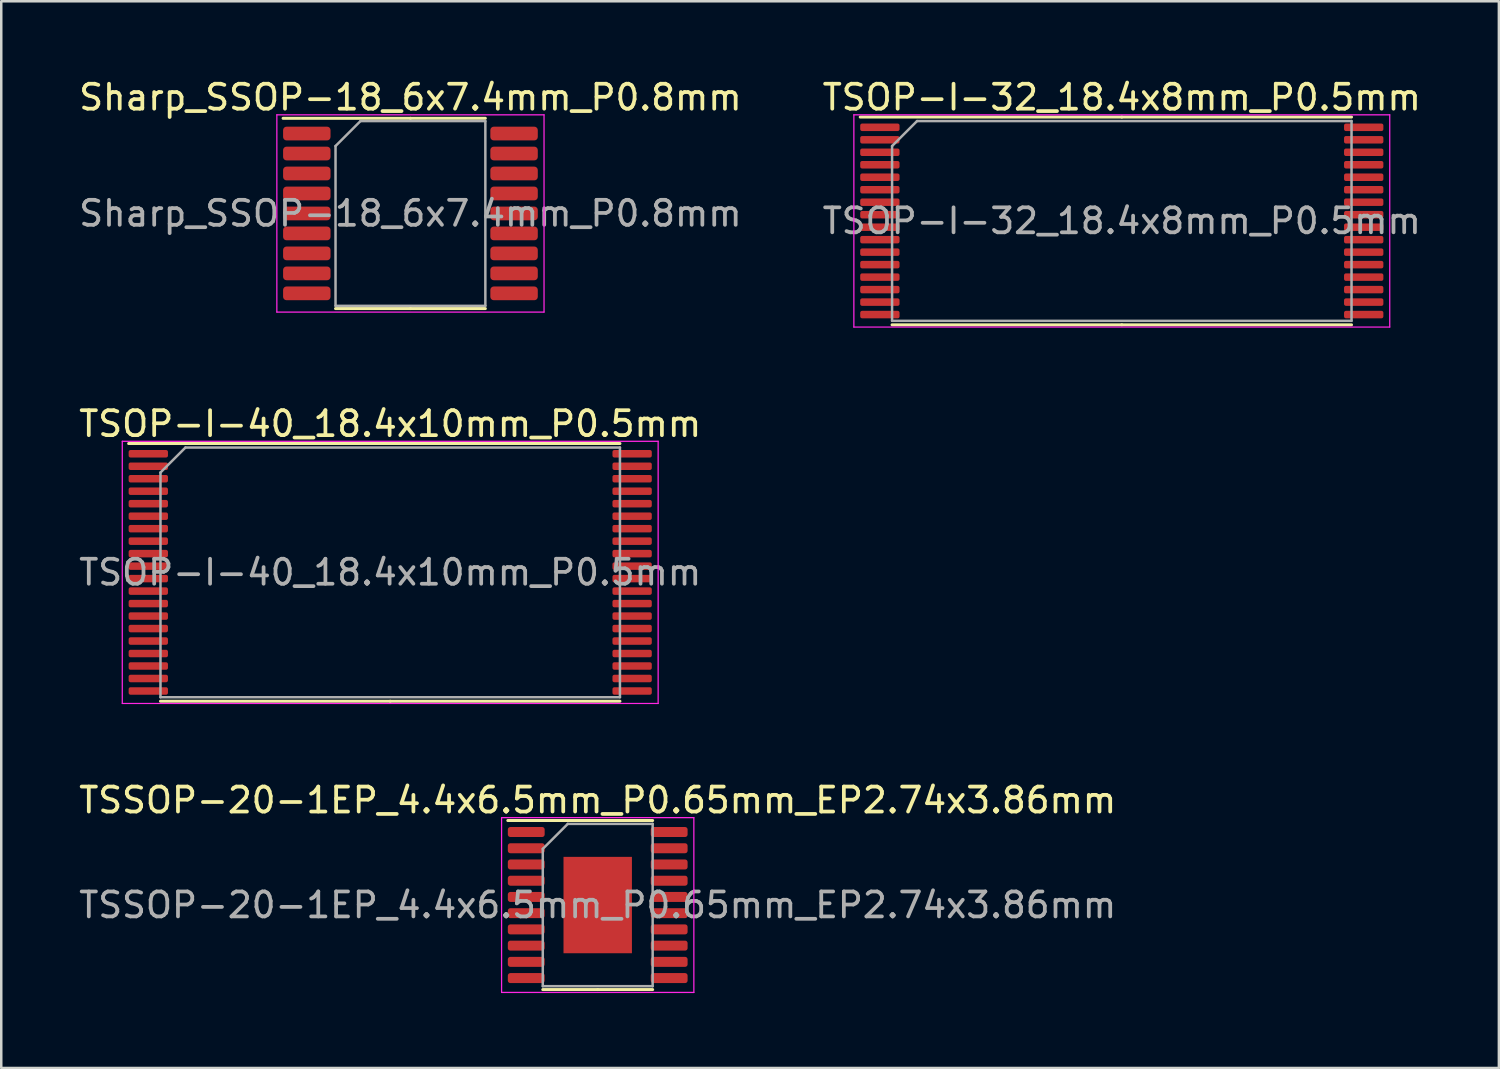
<source format=kicad_pcb>
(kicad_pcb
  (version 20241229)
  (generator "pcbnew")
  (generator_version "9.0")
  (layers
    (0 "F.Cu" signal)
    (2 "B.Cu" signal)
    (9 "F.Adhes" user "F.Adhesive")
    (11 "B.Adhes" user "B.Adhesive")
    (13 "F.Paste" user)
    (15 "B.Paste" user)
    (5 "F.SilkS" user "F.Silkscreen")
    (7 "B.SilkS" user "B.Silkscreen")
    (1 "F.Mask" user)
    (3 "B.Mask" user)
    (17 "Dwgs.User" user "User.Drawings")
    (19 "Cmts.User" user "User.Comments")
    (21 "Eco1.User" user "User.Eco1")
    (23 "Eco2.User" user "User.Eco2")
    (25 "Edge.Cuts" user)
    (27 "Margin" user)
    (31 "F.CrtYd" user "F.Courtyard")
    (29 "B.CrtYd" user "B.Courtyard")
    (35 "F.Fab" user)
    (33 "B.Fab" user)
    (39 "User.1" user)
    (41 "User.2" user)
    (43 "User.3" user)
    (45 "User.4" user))
  (footprint "Sharp_SSOP-18_6x7.4mm_P0.8mm"
    (layer "F.Cu")
    (at 13.387 5.498)
    (property "Reference" "Sharp_SSOP-18_6x7.4mm_P0.8mm" (at 0 -4.65 0) (layer "F.SilkS") (effects (font (size 1 1) (thickness 0.15))))
    (attr smd)
    (fp_line (start 0 -3.81) (end -5.1 -3.81) (stroke (width 0.12) (type solid)) (layer "F.SilkS"))
    (fp_line (start 0 -3.81) (end 3 -3.81) (stroke (width 0.12) (type solid)) (layer "F.SilkS"))
    (fp_line (start 0 3.81) (end -3 3.81) (stroke (width 0.12) (type solid)) (layer "F.SilkS"))
    (fp_line (start 0 3.81) (end 3 3.81) (stroke (width 0.12) (type solid)) (layer "F.SilkS"))
    (fp_line (start -5.35 -3.95) (end -5.35 3.95) (stroke (width 0.05) (type solid)) (layer "F.CrtYd"))
    (fp_line (start -5.35 3.95) (end 5.35 3.95) (stroke (width 0.05) (type solid)) (layer "F.CrtYd"))
    (fp_line (start 5.35 -3.95) (end -5.35 -3.95) (stroke (width 0.05) (type solid)) (layer "F.CrtYd"))
    (fp_line (start 5.35 3.95) (end 5.35 -3.95) (stroke (width 0.05) (type solid)) (layer "F.CrtYd"))
    (fp_line (start -3 -2.7) (end -2 -3.7) (stroke (width 0.1) (type solid)) (layer "F.Fab"))
    (fp_line (start -3 3.7) (end -3 -2.7) (stroke (width 0.1) (type solid)) (layer "F.Fab"))
    (fp_line (start -2 -3.7) (end 3 -3.7) (stroke (width 0.1) (type solid)) (layer "F.Fab"))
    (fp_line (start 3 -3.7) (end 3 3.7) (stroke (width 0.1) (type solid)) (layer "F.Fab"))
    (fp_line (start 3 3.7) (end -3 3.7) (stroke (width 0.1) (type solid)) (layer "F.Fab"))
    (fp_text user "${REFERENCE}" (at 0 0 0) (layer "F.Fab") (effects (font (size 1 1) (thickness 0.15))))
    (pad "1" smd roundrect (at -4.15 -3.2) (size 1.9 0.55) (layers "F.Cu" "F.Mask" "F.Paste") (roundrect_rratio 0.25))
    (pad "2" smd roundrect (at -4.15 -2.4) (size 1.9 0.55) (layers "F.Cu" "F.Mask" "F.Paste") (roundrect_rratio 0.25))
    (pad "3" smd roundrect (at -4.15 -1.6) (size 1.9 0.55) (layers "F.Cu" "F.Mask" "F.Paste") (roundrect_rratio 0.25))
    (pad "4" smd roundrect (at -4.15 -0.8) (size 1.9 0.55) (layers "F.Cu" "F.Mask" "F.Paste") (roundrect_rratio 0.25))
    (pad "5" smd roundrect (at -4.15 0) (size 1.9 0.55) (layers "F.Cu" "F.Mask" "F.Paste") (roundrect_rratio 0.25))
    (pad "6" smd roundrect (at -4.15 0.8) (size 1.9 0.55) (layers "F.Cu" "F.Mask" "F.Paste") (roundrect_rratio 0.25))
    (pad "7" smd roundrect (at -4.15 1.6) (size 1.9 0.55) (layers "F.Cu" "F.Mask" "F.Paste") (roundrect_rratio 0.25))
    (pad "8" smd roundrect (at -4.15 2.4) (size 1.9 0.55) (layers "F.Cu" "F.Mask" "F.Paste") (roundrect_rratio 0.25))
    (pad "9" smd roundrect (at -4.15 3.2) (size 1.9 0.55) (layers "F.Cu" "F.Mask" "F.Paste") (roundrect_rratio 0.25))
    (pad "10" smd roundrect (at 4.15 3.2) (size 1.9 0.55) (layers "F.Cu" "F.Mask" "F.Paste") (roundrect_rratio 0.25))
    (pad "11" smd roundrect (at 4.15 2.4) (size 1.9 0.55) (layers "F.Cu" "F.Mask" "F.Paste") (roundrect_rratio 0.25))
    (pad "12" smd roundrect (at 4.15 1.6) (size 1.9 0.55) (layers "F.Cu" "F.Mask" "F.Paste") (roundrect_rratio 0.25))
    (pad "13" smd roundrect (at 4.15 0.8) (size 1.9 0.55) (layers "F.Cu" "F.Mask" "F.Paste") (roundrect_rratio 0.25))
    (pad "14" smd roundrect (at 4.15 0) (size 1.9 0.55) (layers "F.Cu" "F.Mask" "F.Paste") (roundrect_rratio 0.25))
    (pad "15" smd roundrect (at 4.15 -0.8) (size 1.9 0.55) (layers "F.Cu" "F.Mask" "F.Paste") (roundrect_rratio 0.25))
    (pad "16" smd roundrect (at 4.15 -1.6) (size 1.9 0.55) (layers "F.Cu" "F.Mask" "F.Paste") (roundrect_rratio 0.25))
    (pad "17" smd roundrect (at 4.15 -2.4) (size 1.9 0.55) (layers "F.Cu" "F.Mask" "F.Paste") (roundrect_rratio 0.25))
    (pad "18" smd roundrect (at 4.15 -3.2) (size 1.9 0.55) (layers "F.Cu" "F.Mask" "F.Paste") (roundrect_rratio 0.25)))
  (footprint "TSSOP-20-1EP_4.4x6.5mm_P0.65mm_EP2.74x3.86mm"
    (layer "F.Cu")
    (at 20.887 33.195)
    (property "Reference" "TSSOP-20-1EP_4.4x6.5mm_P0.65mm_EP2.74x3.86mm" (at 0 -4.2 0) (layer "F.SilkS") (effects (font (size 1 1) (thickness 0.15))))
    (attr smd)
    (fp_line (start 0 -3.385) (end -3.6 -3.385) (stroke (width 0.12) (type solid)) (layer "F.SilkS"))
    (fp_line (start 0 -3.385) (end 2.2 -3.385) (stroke (width 0.12) (type solid)) (layer "F.SilkS"))
    (fp_line (start 0 3.385) (end -2.2 3.385) (stroke (width 0.12) (type solid)) (layer "F.SilkS"))
    (fp_line (start 0 3.385) (end 2.2 3.385) (stroke (width 0.12) (type solid)) (layer "F.SilkS"))
    (fp_line (start -3.85 -3.5) (end -3.85 3.5) (stroke (width 0.05) (type solid)) (layer "F.CrtYd"))
    (fp_line (start -3.85 3.5) (end 3.85 3.5) (stroke (width 0.05) (type solid)) (layer "F.CrtYd"))
    (fp_line (start 3.85 -3.5) (end -3.85 -3.5) (stroke (width 0.05) (type solid)) (layer "F.CrtYd"))
    (fp_line (start 3.85 3.5) (end 3.85 -3.5) (stroke (width 0.05) (type solid)) (layer "F.CrtYd"))
    (fp_line (start -2.2 -2.25) (end -1.2 -3.25) (stroke (width 0.1) (type solid)) (layer "F.Fab"))
    (fp_line (start -2.2 3.25) (end -2.2 -2.25) (stroke (width 0.1) (type solid)) (layer "F.Fab"))
    (fp_line (start -1.2 -3.25) (end 2.2 -3.25) (stroke (width 0.1) (type solid)) (layer "F.Fab"))
    (fp_line (start 2.2 -3.25) (end 2.2 3.25) (stroke (width 0.1) (type solid)) (layer "F.Fab"))
    (fp_line (start 2.2 3.25) (end -2.2 3.25) (stroke (width 0.1) (type solid)) (layer "F.Fab"))
    (fp_text user "${REFERENCE}" (at 0 0 0) (layer "F.Fab") (effects (font (size 1 1) (thickness 0.15))))
    (pad "" smd roundrect (at 0 -0.965) (size 2.21 1.56) (layers "F.Paste") (roundrect_rratio 0.16))
    (pad "" smd roundrect (at 0 0.965) (size 2.21 1.56) (layers "F.Paste") (roundrect_rratio 0.16))
    (pad "1" smd roundrect (at -2.862 -2.925) (size 1.475 0.4) (layers "F.Cu" "F.Mask" "F.Paste") (roundrect_rratio 0.25))
    (pad "2" smd roundrect (at -2.862 -2.275) (size 1.475 0.4) (layers "F.Cu" "F.Mask" "F.Paste") (roundrect_rratio 0.25))
    (pad "3" smd roundrect (at -2.862 -1.625) (size 1.475 0.4) (layers "F.Cu" "F.Mask" "F.Paste") (roundrect_rratio 0.25))
    (pad "4" smd roundrect (at -2.862 -0.975) (size 1.475 0.4) (layers "F.Cu" "F.Mask" "F.Paste") (roundrect_rratio 0.25))
    (pad "5" smd roundrect (at -2.862 -0.325) (size 1.475 0.4) (layers "F.Cu" "F.Mask" "F.Paste") (roundrect_rratio 0.25))
    (pad "6" smd roundrect (at -2.862 0.325) (size 1.475 0.4) (layers "F.Cu" "F.Mask" "F.Paste") (roundrect_rratio 0.25))
    (pad "7" smd roundrect (at -2.862 0.975) (size 1.475 0.4) (layers "F.Cu" "F.Mask" "F.Paste") (roundrect_rratio 0.25))
    (pad "8" smd roundrect (at -2.862 1.625) (size 1.475 0.4) (layers "F.Cu" "F.Mask" "F.Paste") (roundrect_rratio 0.25))
    (pad "9" smd roundrect (at -2.862 2.275) (size 1.475 0.4) (layers "F.Cu" "F.Mask" "F.Paste") (roundrect_rratio 0.25))
    (pad "10" smd roundrect (at -2.862 2.925) (size 1.475 0.4) (layers "F.Cu" "F.Mask" "F.Paste") (roundrect_rratio 0.25))
    (pad "11" smd roundrect (at 2.862 2.925) (size 1.475 0.4) (layers "F.Cu" "F.Mask" "F.Paste") (roundrect_rratio 0.25))
    (pad "12" smd roundrect (at 2.862 2.275) (size 1.475 0.4) (layers "F.Cu" "F.Mask" "F.Paste") (roundrect_rratio 0.25))
    (pad "13" smd roundrect (at 2.862 1.625) (size 1.475 0.4) (layers "F.Cu" "F.Mask" "F.Paste") (roundrect_rratio 0.25))
    (pad "14" smd roundrect (at 2.862 0.975) (size 1.475 0.4) (layers "F.Cu" "F.Mask" "F.Paste") (roundrect_rratio 0.25))
    (pad "15" smd roundrect (at 2.862 0.325) (size 1.475 0.4) (layers "F.Cu" "F.Mask" "F.Paste") (roundrect_rratio 0.25))
    (pad "16" smd roundrect (at 2.862 -0.325) (size 1.475 0.4) (layers "F.Cu" "F.Mask" "F.Paste") (roundrect_rratio 0.25))
    (pad "17" smd roundrect (at 2.862 -0.975) (size 1.475 0.4) (layers "F.Cu" "F.Mask" "F.Paste") (roundrect_rratio 0.25))
    (pad "18" smd roundrect (at 2.862 -1.625) (size 1.475 0.4) (layers "F.Cu" "F.Mask" "F.Paste") (roundrect_rratio 0.25))
    (pad "19" smd roundrect (at 2.862 -2.275) (size 1.475 0.4) (layers "F.Cu" "F.Mask" "F.Paste") (roundrect_rratio 0.25))
    (pad "20" smd roundrect (at 2.862 -2.925) (size 1.475 0.4) (layers "F.Cu" "F.Mask" "F.Paste") (roundrect_rratio 0.25))
    (pad "21" smd rect (at 0 0) (size 2.74 3.86) (layers "F.Cu" "F.Mask")))
  (footprint "TSOP-I-32_18.4x8mm_P0.5mm"
    (layer "F.Cu")
    (at 41.875 5.798)
    (property "Reference" "TSOP-I-32_18.4x8mm_P0.5mm" (at 0 -4.95 0) (layer "F.SilkS") (effects (font (size 1 1) (thickness 0.15))))
    (attr smd)
    (fp_line (start 0 -4.16) (end -10.475 -4.16) (stroke (width 0.12) (type solid)) (layer "F.SilkS"))
    (fp_line (start 0 -4.16) (end 9.2 -4.16) (stroke (width 0.12) (type solid)) (layer "F.SilkS"))
    (fp_line (start 0 4.16) (end -9.2 4.16) (stroke (width 0.12) (type solid)) (layer "F.SilkS"))
    (fp_line (start 0 4.16) (end 9.2 4.16) (stroke (width 0.12) (type solid)) (layer "F.SilkS"))
    (fp_line (start -10.73 -4.25) (end -10.73 4.25) (stroke (width 0.05) (type solid)) (layer "F.CrtYd"))
    (fp_line (start -10.73 4.25) (end 10.73 4.25) (stroke (width 0.05) (type solid)) (layer "F.CrtYd"))
    (fp_line (start 10.73 -4.25) (end -10.73 -4.25) (stroke (width 0.05) (type solid)) (layer "F.CrtYd"))
    (fp_line (start 10.73 4.25) (end 10.73 -4.25) (stroke (width 0.05) (type solid)) (layer "F.CrtYd"))
    (fp_line (start -9.2 -3) (end -8.2 -4) (stroke (width 0.1) (type solid)) (layer "F.Fab"))
    (fp_line (start -9.2 4) (end -9.2 -3) (stroke (width 0.1) (type solid)) (layer "F.Fab"))
    (fp_line (start -8.2 -4) (end 9.2 -4) (stroke (width 0.1) (type solid)) (layer "F.Fab"))
    (fp_line (start 9.2 -4) (end 9.2 4) (stroke (width 0.1) (type solid)) (layer "F.Fab"))
    (fp_line (start 9.2 4) (end -9.2 4) (stroke (width 0.1) (type solid)) (layer "F.Fab"))
    (fp_text user "${REFERENCE}" (at 0 0 0) (layer "F.Fab") (effects (font (size 1 1) (thickness 0.15))))
    (pad "1" smd roundrect (at -9.688 -3.75) (size 1.575 0.3) (layers "F.Cu" "F.Mask" "F.Paste") (roundrect_rratio 0.25))
    (pad "2" smd roundrect (at -9.688 -3.25) (size 1.575 0.3) (layers "F.Cu" "F.Mask" "F.Paste") (roundrect_rratio 0.25))
    (pad "3" smd roundrect (at -9.688 -2.75) (size 1.575 0.3) (layers "F.Cu" "F.Mask" "F.Paste") (roundrect_rratio 0.25))
    (pad "4" smd roundrect (at -9.688 -2.25) (size 1.575 0.3) (layers "F.Cu" "F.Mask" "F.Paste") (roundrect_rratio 0.25))
    (pad "5" smd roundrect (at -9.688 -1.75) (size 1.575 0.3) (layers "F.Cu" "F.Mask" "F.Paste") (roundrect_rratio 0.25))
    (pad "6" smd roundrect (at -9.688 -1.25) (size 1.575 0.3) (layers "F.Cu" "F.Mask" "F.Paste") (roundrect_rratio 0.25))
    (pad "7" smd roundrect (at -9.688 -0.75) (size 1.575 0.3) (layers "F.Cu" "F.Mask" "F.Paste") (roundrect_rratio 0.25))
    (pad "8" smd roundrect (at -9.688 -0.25) (size 1.575 0.3) (layers "F.Cu" "F.Mask" "F.Paste") (roundrect_rratio 0.25))
    (pad "9" smd roundrect (at -9.688 0.25) (size 1.575 0.3) (layers "F.Cu" "F.Mask" "F.Paste") (roundrect_rratio 0.25))
    (pad "10" smd roundrect (at -9.688 0.75) (size 1.575 0.3) (layers "F.Cu" "F.Mask" "F.Paste") (roundrect_rratio 0.25))
    (pad "11" smd roundrect (at -9.688 1.25) (size 1.575 0.3) (layers "F.Cu" "F.Mask" "F.Paste") (roundrect_rratio 0.25))
    (pad "12" smd roundrect (at -9.688 1.75) (size 1.575 0.3) (layers "F.Cu" "F.Mask" "F.Paste") (roundrect_rratio 0.25))
    (pad "13" smd roundrect (at -9.688 2.25) (size 1.575 0.3) (layers "F.Cu" "F.Mask" "F.Paste") (roundrect_rratio 0.25))
    (pad "14" smd roundrect (at -9.688 2.75) (size 1.575 0.3) (layers "F.Cu" "F.Mask" "F.Paste") (roundrect_rratio 0.25))
    (pad "15" smd roundrect (at -9.688 3.25) (size 1.575 0.3) (layers "F.Cu" "F.Mask" "F.Paste") (roundrect_rratio 0.25))
    (pad "16" smd roundrect (at -9.688 3.75) (size 1.575 0.3) (layers "F.Cu" "F.Mask" "F.Paste") (roundrect_rratio 0.25))
    (pad "17" smd roundrect (at 9.688 3.75) (size 1.575 0.3) (layers "F.Cu" "F.Mask" "F.Paste") (roundrect_rratio 0.25))
    (pad "18" smd roundrect (at 9.688 3.25) (size 1.575 0.3) (layers "F.Cu" "F.Mask" "F.Paste") (roundrect_rratio 0.25))
    (pad "19" smd roundrect (at 9.688 2.75) (size 1.575 0.3) (layers "F.Cu" "F.Mask" "F.Paste") (roundrect_rratio 0.25))
    (pad "20" smd roundrect (at 9.688 2.25) (size 1.575 0.3) (layers "F.Cu" "F.Mask" "F.Paste") (roundrect_rratio 0.25))
    (pad "21" smd roundrect (at 9.688 1.75) (size 1.575 0.3) (layers "F.Cu" "F.Mask" "F.Paste") (roundrect_rratio 0.25))
    (pad "22" smd roundrect (at 9.688 1.25) (size 1.575 0.3) (layers "F.Cu" "F.Mask" "F.Paste") (roundrect_rratio 0.25))
    (pad "23" smd roundrect (at 9.688 0.75) (size 1.575 0.3) (layers "F.Cu" "F.Mask" "F.Paste") (roundrect_rratio 0.25))
    (pad "24" smd roundrect (at 9.688 0.25) (size 1.575 0.3) (layers "F.Cu" "F.Mask" "F.Paste") (roundrect_rratio 0.25))
    (pad "25" smd roundrect (at 9.688 -0.25) (size 1.575 0.3) (layers "F.Cu" "F.Mask" "F.Paste") (roundrect_rratio 0.25))
    (pad "26" smd roundrect (at 9.688 -0.75) (size 1.575 0.3) (layers "F.Cu" "F.Mask" "F.Paste") (roundrect_rratio 0.25))
    (pad "27" smd roundrect (at 9.688 -1.25) (size 1.575 0.3) (layers "F.Cu" "F.Mask" "F.Paste") (roundrect_rratio 0.25))
    (pad "28" smd roundrect (at 9.688 -1.75) (size 1.575 0.3) (layers "F.Cu" "F.Mask" "F.Paste") (roundrect_rratio 0.25))
    (pad "29" smd roundrect (at 9.688 -2.25) (size 1.575 0.3) (layers "F.Cu" "F.Mask" "F.Paste") (roundrect_rratio 0.25))
    (pad "30" smd roundrect (at 9.688 -2.75) (size 1.575 0.3) (layers "F.Cu" "F.Mask" "F.Paste") (roundrect_rratio 0.25))
    (pad "31" smd roundrect (at 9.688 -3.25) (size 1.575 0.3) (layers "F.Cu" "F.Mask" "F.Paste") (roundrect_rratio 0.25))
    (pad "32" smd roundrect (at 9.688 -3.75) (size 1.575 0.3) (layers "F.Cu" "F.Mask" "F.Paste") (roundrect_rratio 0.25)))
  (footprint "TSOP-I-40_18.4x10mm_P0.5mm"
    (layer "F.Cu")
    (at 12.577 19.872)
    (property "Reference" "TSOP-I-40_18.4x10mm_P0.5mm" (at 0 -5.95 0) (layer "F.SilkS") (effects (font (size 1 1) (thickness 0.15))))
    (attr smd)
    (fp_line (start 0 -5.16) (end -10.475 -5.16) (stroke (width 0.12) (type solid)) (layer "F.SilkS"))
    (fp_line (start 0 -5.16) (end 9.2 -5.16) (stroke (width 0.12) (type solid)) (layer "F.SilkS"))
    (fp_line (start 0 5.16) (end -9.2 5.16) (stroke (width 0.12) (type solid)) (layer "F.SilkS"))
    (fp_line (start 0 5.16) (end 9.2 5.16) (stroke (width 0.12) (type solid)) (layer "F.SilkS"))
    (fp_line (start -10.73 -5.25) (end -10.73 5.25) (stroke (width 0.05) (type solid)) (layer "F.CrtYd"))
    (fp_line (start -10.73 5.25) (end 10.73 5.25) (stroke (width 0.05) (type solid)) (layer "F.CrtYd"))
    (fp_line (start 10.73 -5.25) (end -10.73 -5.25) (stroke (width 0.05) (type solid)) (layer "F.CrtYd"))
    (fp_line (start 10.73 5.25) (end 10.73 -5.25) (stroke (width 0.05) (type solid)) (layer "F.CrtYd"))
    (fp_line (start -9.2 -4) (end -8.2 -5) (stroke (width 0.1) (type solid)) (layer "F.Fab"))
    (fp_line (start -9.2 5) (end -9.2 -4) (stroke (width 0.1) (type solid)) (layer "F.Fab"))
    (fp_line (start -8.2 -5) (end 9.2 -5) (stroke (width 0.1) (type solid)) (layer "F.Fab"))
    (fp_line (start 9.2 -5) (end 9.2 5) (stroke (width 0.1) (type solid)) (layer "F.Fab"))
    (fp_line (start 9.2 5) (end -9.2 5) (stroke (width 0.1) (type solid)) (layer "F.Fab"))
    (fp_text user "${REFERENCE}" (at 0 0 0) (layer "F.Fab") (effects (font (size 1 1) (thickness 0.15))))
    (pad "1" smd roundrect (at -9.688 -4.75) (size 1.575 0.3) (layers "F.Cu" "F.Mask" "F.Paste") (roundrect_rratio 0.25))
    (pad "2" smd roundrect (at -9.688 -4.25) (size 1.575 0.3) (layers "F.Cu" "F.Mask" "F.Paste") (roundrect_rratio 0.25))
    (pad "3" smd roundrect (at -9.688 -3.75) (size 1.575 0.3) (layers "F.Cu" "F.Mask" "F.Paste") (roundrect_rratio 0.25))
    (pad "4" smd roundrect (at -9.688 -3.25) (size 1.575 0.3) (layers "F.Cu" "F.Mask" "F.Paste") (roundrect_rratio 0.25))
    (pad "5" smd roundrect (at -9.688 -2.75) (size 1.575 0.3) (layers "F.Cu" "F.Mask" "F.Paste") (roundrect_rratio 0.25))
    (pad "6" smd roundrect (at -9.688 -2.25) (size 1.575 0.3) (layers "F.Cu" "F.Mask" "F.Paste") (roundrect_rratio 0.25))
    (pad "7" smd roundrect (at -9.688 -1.75) (size 1.575 0.3) (layers "F.Cu" "F.Mask" "F.Paste") (roundrect_rratio 0.25))
    (pad "8" smd roundrect (at -9.688 -1.25) (size 1.575 0.3) (layers "F.Cu" "F.Mask" "F.Paste") (roundrect_rratio 0.25))
    (pad "9" smd roundrect (at -9.688 -0.75) (size 1.575 0.3) (layers "F.Cu" "F.Mask" "F.Paste") (roundrect_rratio 0.25))
    (pad "10" smd roundrect (at -9.688 -0.25) (size 1.575 0.3) (layers "F.Cu" "F.Mask" "F.Paste") (roundrect_rratio 0.25))
    (pad "11" smd roundrect (at -9.688 0.25) (size 1.575 0.3) (layers "F.Cu" "F.Mask" "F.Paste") (roundrect_rratio 0.25))
    (pad "12" smd roundrect (at -9.688 0.75) (size 1.575 0.3) (layers "F.Cu" "F.Mask" "F.Paste") (roundrect_rratio 0.25))
    (pad "13" smd roundrect (at -9.688 1.25) (size 1.575 0.3) (layers "F.Cu" "F.Mask" "F.Paste") (roundrect_rratio 0.25))
    (pad "14" smd roundrect (at -9.688 1.75) (size 1.575 0.3) (layers "F.Cu" "F.Mask" "F.Paste") (roundrect_rratio 0.25))
    (pad "15" smd roundrect (at -9.688 2.25) (size 1.575 0.3) (layers "F.Cu" "F.Mask" "F.Paste") (roundrect_rratio 0.25))
    (pad "16" smd roundrect (at -9.688 2.75) (size 1.575 0.3) (layers "F.Cu" "F.Mask" "F.Paste") (roundrect_rratio 0.25))
    (pad "17" smd roundrect (at -9.688 3.25) (size 1.575 0.3) (layers "F.Cu" "F.Mask" "F.Paste") (roundrect_rratio 0.25))
    (pad "18" smd roundrect (at -9.688 3.75) (size 1.575 0.3) (layers "F.Cu" "F.Mask" "F.Paste") (roundrect_rratio 0.25))
    (pad "19" smd roundrect (at -9.688 4.25) (size 1.575 0.3) (layers "F.Cu" "F.Mask" "F.Paste") (roundrect_rratio 0.25))
    (pad "20" smd roundrect (at -9.688 4.75) (size 1.575 0.3) (layers "F.Cu" "F.Mask" "F.Paste") (roundrect_rratio 0.25))
    (pad "21" smd roundrect (at 9.688 4.75) (size 1.575 0.3) (layers "F.Cu" "F.Mask" "F.Paste") (roundrect_rratio 0.25))
    (pad "22" smd roundrect (at 9.688 4.25) (size 1.575 0.3) (layers "F.Cu" "F.Mask" "F.Paste") (roundrect_rratio 0.25))
    (pad "23" smd roundrect (at 9.688 3.75) (size 1.575 0.3) (layers "F.Cu" "F.Mask" "F.Paste") (roundrect_rratio 0.25))
    (pad "24" smd roundrect (at 9.688 3.25) (size 1.575 0.3) (layers "F.Cu" "F.Mask" "F.Paste") (roundrect_rratio 0.25))
    (pad "25" smd roundrect (at 9.688 2.75) (size 1.575 0.3) (layers "F.Cu" "F.Mask" "F.Paste") (roundrect_rratio 0.25))
    (pad "26" smd roundrect (at 9.688 2.25) (size 1.575 0.3) (layers "F.Cu" "F.Mask" "F.Paste") (roundrect_rratio 0.25))
    (pad "27" smd roundrect (at 9.688 1.75) (size 1.575 0.3) (layers "F.Cu" "F.Mask" "F.Paste") (roundrect_rratio 0.25))
    (pad "28" smd roundrect (at 9.688 1.25) (size 1.575 0.3) (layers "F.Cu" "F.Mask" "F.Paste") (roundrect_rratio 0.25))
    (pad "29" smd roundrect (at 9.688 0.75) (size 1.575 0.3) (layers "F.Cu" "F.Mask" "F.Paste") (roundrect_rratio 0.25))
    (pad "30" smd roundrect (at 9.688 0.25) (size 1.575 0.3) (layers "F.Cu" "F.Mask" "F.Paste") (roundrect_rratio 0.25))
    (pad "31" smd roundrect (at 9.688 -0.25) (size 1.575 0.3) (layers "F.Cu" "F.Mask" "F.Paste") (roundrect_rratio 0.25))
    (pad "32" smd roundrect (at 9.688 -0.75) (size 1.575 0.3) (layers "F.Cu" "F.Mask" "F.Paste") (roundrect_rratio 0.25))
    (pad "33" smd roundrect (at 9.688 -1.25) (size 1.575 0.3) (layers "F.Cu" "F.Mask" "F.Paste") (roundrect_rratio 0.25))
    (pad "34" smd roundrect (at 9.688 -1.75) (size 1.575 0.3) (layers "F.Cu" "F.Mask" "F.Paste") (roundrect_rratio 0.25))
    (pad "35" smd roundrect (at 9.688 -2.25) (size 1.575 0.3) (layers "F.Cu" "F.Mask" "F.Paste") (roundrect_rratio 0.25))
    (pad "36" smd roundrect (at 9.688 -2.75) (size 1.575 0.3) (layers "F.Cu" "F.Mask" "F.Paste") (roundrect_rratio 0.25))
    (pad "37" smd roundrect (at 9.688 -3.25) (size 1.575 0.3) (layers "F.Cu" "F.Mask" "F.Paste") (roundrect_rratio 0.25))
    (pad "38" smd roundrect (at 9.688 -3.75) (size 1.575 0.3) (layers "F.Cu" "F.Mask" "F.Paste") (roundrect_rratio 0.25))
    (pad "39" smd roundrect (at 9.688 -4.25) (size 1.575 0.3) (layers "F.Cu" "F.Mask" "F.Paste") (roundrect_rratio 0.25))
    (pad "40" smd roundrect (at 9.688 -4.75) (size 1.575 0.3) (layers "F.Cu" "F.Mask" "F.Paste") (roundrect_rratio 0.25)))
  (gr_rect
    (start -3 -3)
    (end 56.976 39.72)
    (stroke (width 0.1) (type default))
    (fill no)
    (layer "Edge.Cuts")))
</source>
